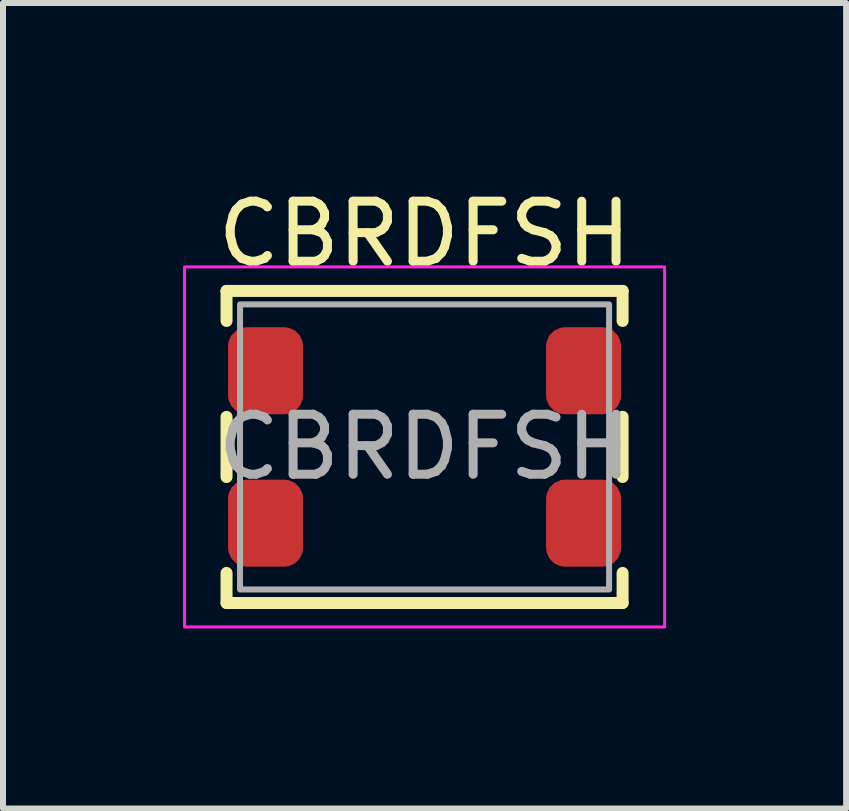
<source format=kicad_pcb>
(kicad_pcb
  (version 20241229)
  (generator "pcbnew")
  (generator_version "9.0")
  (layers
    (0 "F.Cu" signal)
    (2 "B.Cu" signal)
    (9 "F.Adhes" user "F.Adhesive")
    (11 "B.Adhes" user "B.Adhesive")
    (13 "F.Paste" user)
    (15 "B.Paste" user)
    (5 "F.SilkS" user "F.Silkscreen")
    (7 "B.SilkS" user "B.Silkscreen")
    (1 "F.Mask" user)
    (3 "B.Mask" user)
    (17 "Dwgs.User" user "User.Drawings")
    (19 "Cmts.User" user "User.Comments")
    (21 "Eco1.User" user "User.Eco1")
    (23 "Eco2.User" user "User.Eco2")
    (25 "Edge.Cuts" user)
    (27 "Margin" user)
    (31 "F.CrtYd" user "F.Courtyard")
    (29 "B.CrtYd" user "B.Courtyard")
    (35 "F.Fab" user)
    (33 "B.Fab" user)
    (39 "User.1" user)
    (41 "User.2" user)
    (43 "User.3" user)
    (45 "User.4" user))
  (footprint "CBRDFSH"
    (layer "F.Cu")
    (at 4.025 4.398)
    (property "Reference" "CBRDFSH" (at 0 -3.55 0) (unlocked yes) (layer "F.SilkS") (effects (font (size 1 1) (thickness 0.15))))
    (attr smd)
    (fp_line (start -3.3 -2.1) (end -3.3 -2.6) (stroke (width 0.2) (type solid)) (layer "F.SilkS"))
    (fp_line (start -3.3 0.501) (end -3.3 -0.501) (stroke (width 0.2) (type solid)) (layer "F.SilkS"))
    (fp_line (start -3.3 2.1) (end -3.3 2.6) (stroke (width 0.2) (type solid)) (layer "F.SilkS"))
    (fp_line (start -3.3 2.6) (end 3.3 2.6) (stroke (width 0.2) (type solid)) (layer "F.SilkS"))
    (fp_line (start 3.3 0.5) (end 3.3 -0.502) (stroke (width 0.2) (type solid)) (layer "F.SilkS"))
    (fp_line (start 3.3 -2.6) (end -3.3 -2.6) (stroke (width 0.2) (type solid)) (layer "F.SilkS"))
    (fp_line (start 3.3 -2.1) (end 3.3 -2.6) (stroke (width 0.2) (type solid)) (layer "F.SilkS"))
    (fp_line (start 3.3 2.1) (end 3.3 2.6) (stroke (width 0.2) (type solid)) (layer "F.SilkS"))
    (fp_rect (start -4 -3) (end 4 3) (stroke (width 0.05) (type solid)) (fill no) (layer "F.CrtYd"))
    (fp_rect (start -3.075 2.375) (end 3.075 -2.375) (stroke (width 0.1) (type solid)) (fill no) (layer "F.Fab"))
    (fp_text user "${REFERENCE}" (at 0 0 0) (unlocked yes) (layer "F.Fab") (effects (font (size 1 1) (thickness 0.15))))
    (pad "1" smd roundrect (at -2.65 -1.27) (size 1.25 1.45) (layers "F.Cu" "F.Mask" "F.Paste") (roundrect_rratio 0.25))
    (pad "2" smd roundrect (at -2.65 1.27) (size 1.25 1.45) (layers "F.Cu" "F.Mask" "F.Paste") (roundrect_rratio 0.25))
    (pad "3" smd roundrect (at 2.65 1.27) (size 1.25 1.45) (layers "F.Cu" "F.Mask" "F.Paste") (roundrect_rratio 0.25))
    (pad "4" smd roundrect (at 2.65 -1.27) (size 1.25 1.45) (layers "F.Cu" "F.Mask" "F.Paste") (roundrect_rratio 0.25)))
  (gr_rect
    (start -3 -3)
    (end 11.05 10.423)
    (stroke (width 0.1) (type default))
    (fill no)
    (layer "Edge.Cuts")))
</source>
